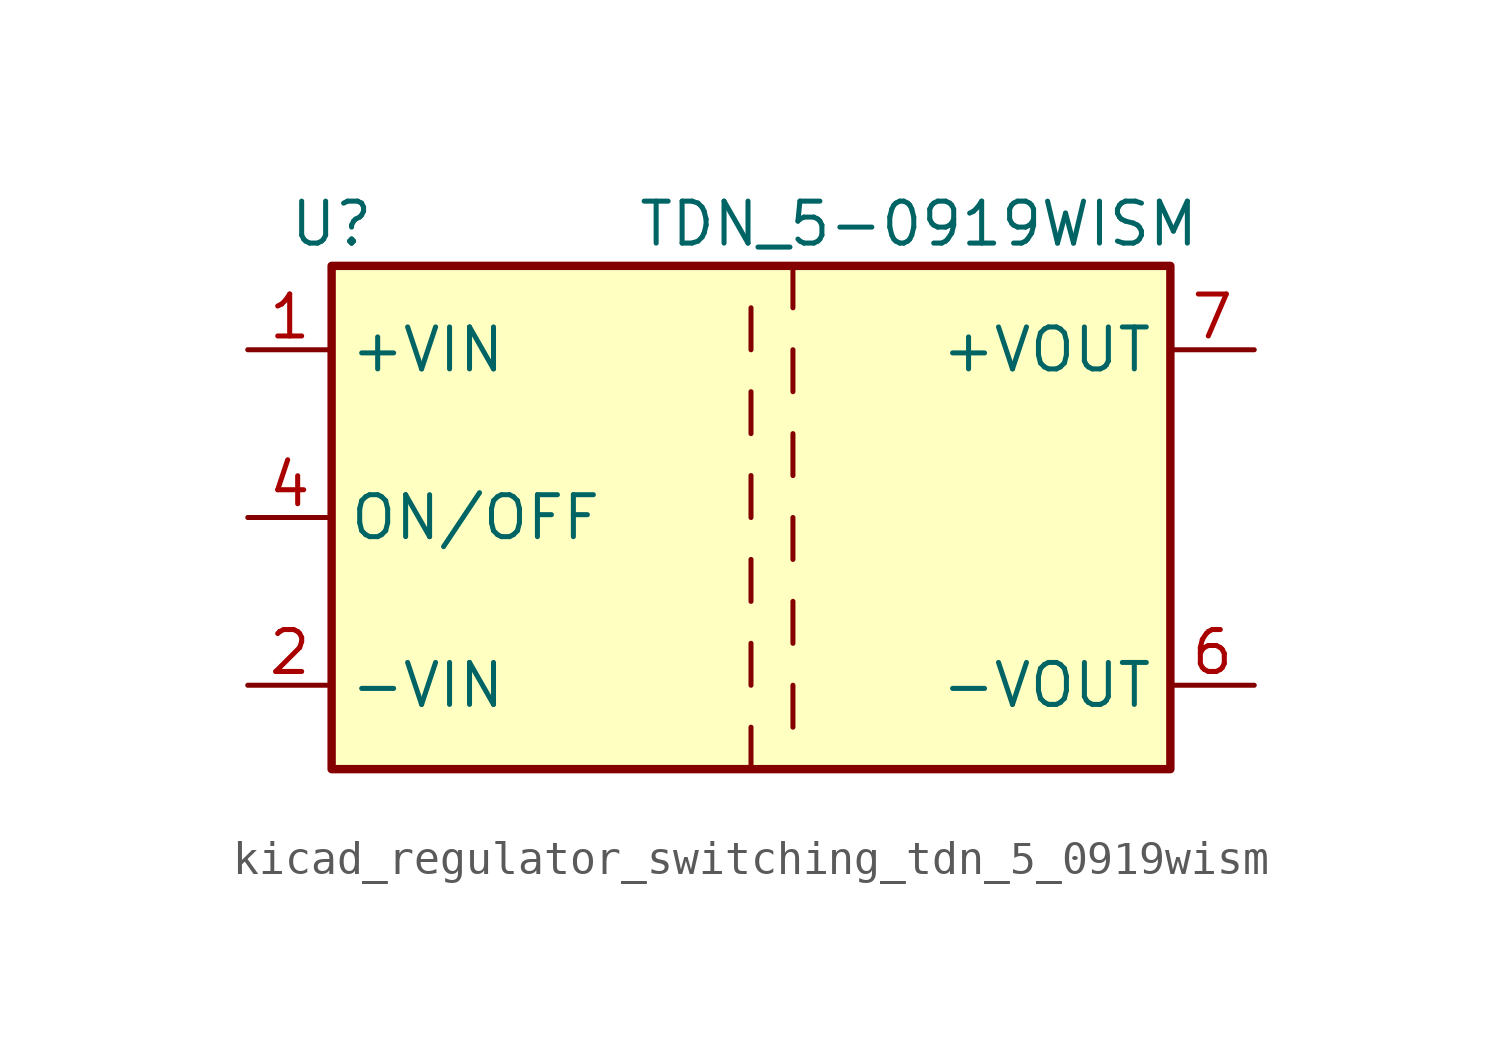
<source format=kicad_sym>
(kicad_symbol_lib
  (version 20220914)
  (generator kicad_symbol_editor)
  (symbol "kicad_regulator_switching_tdn_5_0919wism"
    (property "Reference" "U"
      (at -12.7 8.89 0)
      (effects (font (size 1.27 1.27))))
    (property "Value" "TDN_5-0919WISM"
      (at 5.08 8.89 0)
      (effects (font (size 1.27 1.27))))
    (symbol "kicad_regulator_switching_tdn_5_0919wism_0_1"
      (rectangle (start -12.7 7.62) (end 12.7 -7.62) (stroke (width 0.254) (type default)) (fill (type background))))
    (symbol "kicad_regulator_switching_tdn_5_0919wism_1_1"
      (polyline (pts (xy 0 -6.35) (xy 0 -7.62)) (stroke (width 0) (type default)) (fill (type none)))
      (polyline (pts (xy 0 -3.81) (xy 0 -5.08)) (stroke (width 0) (type default)) (fill (type none)))
      (polyline (pts (xy 0 -1.27) (xy 0 -2.54)) (stroke (width 0) (type default)) (fill (type none)))
      (polyline (pts (xy 0 1.27) (xy 0 0)) (stroke (width 0) (type default)) (fill (type none)))
      (polyline (pts (xy 0 3.81) (xy 0 2.54)) (stroke (width 0) (type default)) (fill (type none)))
      (polyline (pts (xy 0 6.35) (xy 0 5.08)) (stroke (width 0) (type default)) (fill (type none)))
      (polyline (pts (xy 1.27 -5.08) (xy 1.27 -6.35)) (stroke (width 0) (type default)) (fill (type none)))
      (polyline (pts (xy 1.27 -2.54) (xy 1.27 -3.81)) (stroke (width 0) (type default)) (fill (type none)))
      (polyline (pts (xy 1.27 0) (xy 1.27 -1.27)) (stroke (width 0) (type default)) (fill (type none)))
      (polyline (pts (xy 1.27 2.54) (xy 1.27 1.27)) (stroke (width 0) (type default)) (fill (type none)))
      (polyline (pts (xy 1.27 5.08) (xy 1.27 3.81)) (stroke (width 0) (type default)) (fill (type none)))
      (polyline (pts (xy 1.27 7.62) (xy 1.27 6.35)) (stroke (width 0) (type default)) (fill (type none)))
      (pin power_in line (at -15.24 5.08 0) (length 2.54) (name "+VIN" (effects (font (size 1.27 1.27)))) (number "1" (effects (font (size 1.27 1.27)))))
      (pin power_in line (at -15.24 -5.08 0) (length 2.54) (name "-VIN" (effects (font (size 1.27 1.27)))) (number "2" (effects (font (size 1.27 1.27)))))
      (pin input line (at -15.24 0 0) (length 2.54) (name "ON/OFF" (effects (font (size 1.27 1.27)))) (number "4" (effects (font (size 1.27 1.27)))))
      (pin no_connect line (at 12.7 2.54 180) (length 2.54) hide (name "NC" (effects (font (size 1.27 1.27)))) (number "5" (effects (font (size 1.27 1.27)))))
      (pin power_out line (at 15.24 -5.08 180) (length 2.54) (name "-VOUT" (effects (font (size 1.27 1.27)))) (number "6" (effects (font (size 1.27 1.27)))))
      (pin power_out line (at 15.24 5.08 180) (length 2.54) (name "+VOUT" (effects (font (size 1.27 1.27)))) (number "7" (effects (font (size 1.27 1.27))))))))
</source>
